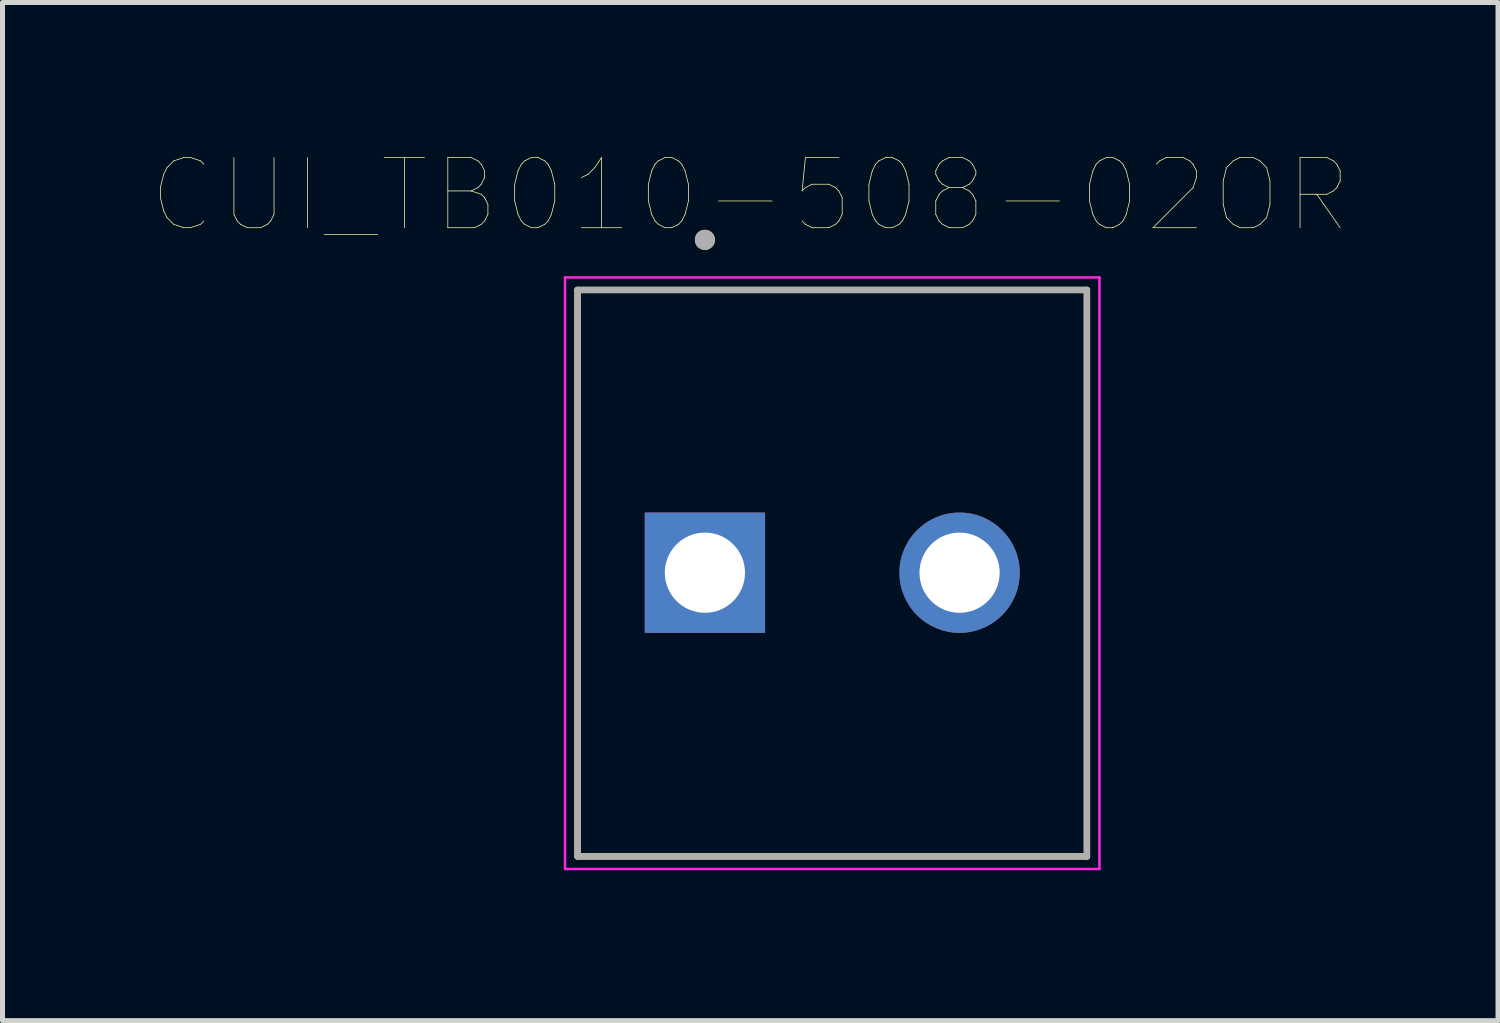
<source format=kicad_pcb>
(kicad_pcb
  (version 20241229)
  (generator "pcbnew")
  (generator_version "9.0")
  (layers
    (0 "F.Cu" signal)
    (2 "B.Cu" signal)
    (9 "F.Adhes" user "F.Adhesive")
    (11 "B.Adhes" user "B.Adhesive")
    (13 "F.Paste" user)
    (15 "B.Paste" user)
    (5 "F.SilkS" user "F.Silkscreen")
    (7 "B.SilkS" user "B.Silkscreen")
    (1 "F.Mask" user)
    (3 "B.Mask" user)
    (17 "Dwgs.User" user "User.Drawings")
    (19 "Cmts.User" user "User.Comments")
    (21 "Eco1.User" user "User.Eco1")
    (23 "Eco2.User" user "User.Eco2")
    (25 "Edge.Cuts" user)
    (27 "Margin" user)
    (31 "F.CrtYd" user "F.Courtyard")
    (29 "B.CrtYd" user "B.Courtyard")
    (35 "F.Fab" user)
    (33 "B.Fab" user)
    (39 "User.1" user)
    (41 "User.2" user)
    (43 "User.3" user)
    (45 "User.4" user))
  (footprint "CUI_TB010-508-02OR"
    (layer "F.Cu")
    (at 11.011 8.374)
    (property "Reference" "CUI_TB010-508-02OR" (at 0.905 -7.529 0) (layer "F.SilkS") (effects (font (size 1.4 1.4) (thickness 0.015))))
    (attr through_hole)
    (fp_line (start -2.54 -5.64) (end 7.62 -5.64) (stroke (width 0.127) (type solid)) (layer "F.SilkS"))
    (fp_line (start -2.54 5.66) (end -2.54 -5.64) (stroke (width 0.127) (type solid)) (layer "F.SilkS"))
    (fp_line (start 7.62 -5.64) (end 7.62 5.66) (stroke (width 0.127) (type solid)) (layer "F.SilkS"))
    (fp_line (start 7.62 5.66) (end -2.54 5.66) (stroke (width 0.127) (type solid)) (layer "F.SilkS"))
    (fp_circle (center 0 -6.64) (end 0.1 -6.64) (stroke (width 0.2) (type solid)) (fill no) (layer "F.SilkS"))
    (fp_line (start -2.79 -5.89) (end 7.87 -5.89) (stroke (width 0.05) (type solid)) (layer "F.CrtYd"))
    (fp_line (start -2.79 5.91) (end -2.79 -5.89) (stroke (width 0.05) (type solid)) (layer "F.CrtYd"))
    (fp_line (start 7.87 -5.89) (end 7.87 5.91) (stroke (width 0.05) (type solid)) (layer "F.CrtYd"))
    (fp_line (start 7.87 5.91) (end -2.79 5.91) (stroke (width 0.05) (type solid)) (layer "F.CrtYd"))
    (fp_line (start -2.54 -5.64) (end 7.62 -5.64) (stroke (width 0.127) (type solid)) (layer "F.Fab"))
    (fp_line (start -2.54 5.66) (end -2.54 -5.64) (stroke (width 0.127) (type solid)) (layer "F.Fab"))
    (fp_line (start 7.62 -5.64) (end 7.62 5.66) (stroke (width 0.127) (type solid)) (layer "F.Fab"))
    (fp_line (start 7.62 5.66) (end -2.54 5.66) (stroke (width 0.127) (type solid)) (layer "F.Fab"))
    (fp_circle (center 0 -6.64) (end 0.1 -6.64) (stroke (width 0.2) (type solid)) (fill no) (layer "F.Fab"))
    (pad "1" thru_hole rect (at 0 0) (size 2.4 2.4) (drill 1.6) (layers "*.Cu" "*.Mask"))
    (pad "2" thru_hole circle (at 5.08 0) (size 2.4 2.4) (drill 1.6) (layers "*.Cu" "*.Mask")))
  (gr_rect
    (start -3 -3)
    (end 26.832 17.309)
    (stroke (width 0.1) (type default))
    (fill no)
    (layer "Edge.Cuts")))
</source>
